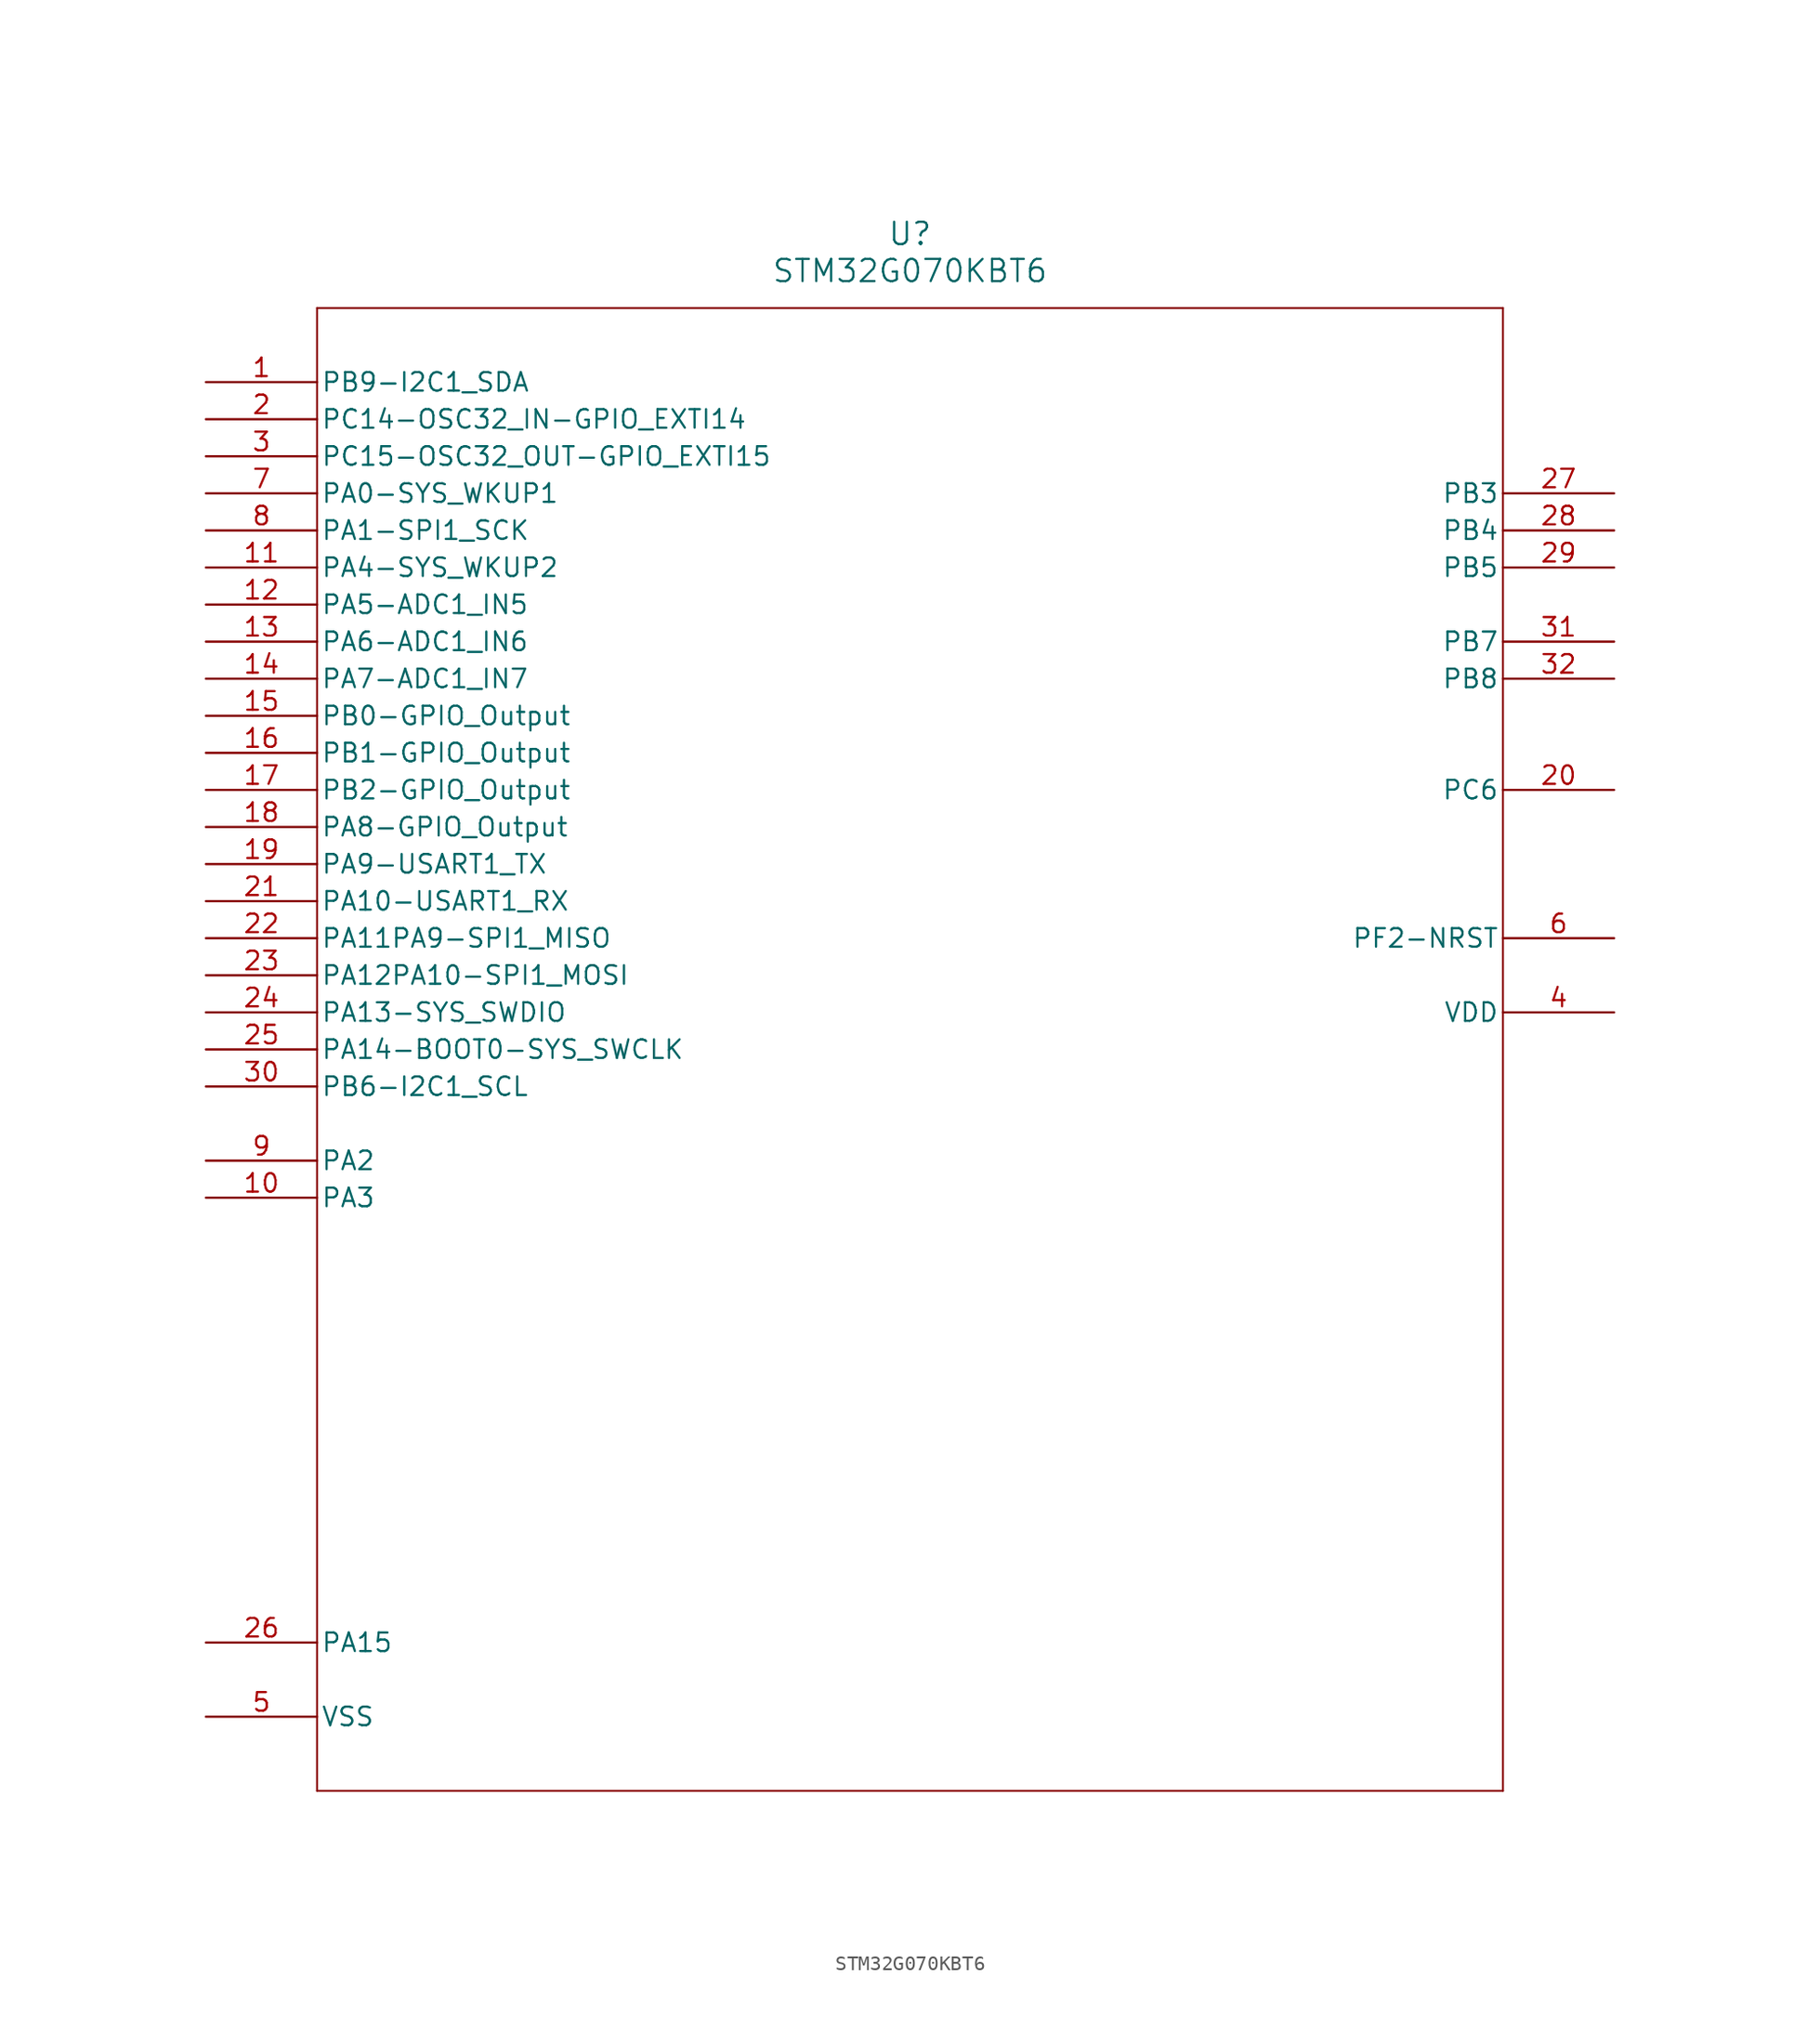
<source format=kicad_sym>
(kicad_symbol_lib
  (version 20211014)
  (generator kicad_symbol_editor)
  (symbol "STM32G070KBT6"
    (pin_names
      (offset 0.254))
    (property "Reference" "U"
      (at 48.26 10.16 0)
      (effects (font (size 1.524 1.524))))
    (property "Value" "STM32G070KBT6"
      (at 48.26 7.62 0)
      (effects (font (size 1.524 1.524))))
    (property "ki_locked" ""
      (at 0 0 0)
      (effects (font (size 1.27 1.27))))
    (symbol "STM32G070KBT6_0_1"
      (polyline (pts (xy 7.62 -96.52) (xy 88.9 -96.52)) (stroke (width 0.127) (type default) (color 0 0 0 0)) (fill (type none)))
      (polyline (pts (xy 7.62 5.08) (xy 7.62 -96.52)) (stroke (width 0.127) (type default) (color 0 0 0 0)) (fill (type none)))
      (polyline (pts (xy 88.9 -96.52) (xy 88.9 5.08)) (stroke (width 0.127) (type default) (color 0 0 0 0)) (fill (type none)))
      (polyline (pts (xy 88.9 5.08) (xy 7.62 5.08)) (stroke (width 0.127) (type default) (color 0 0 0 0)) (fill (type none)))
      (pin unspecified line (at 0 0 0) (length 7.62) (name "PB9-I2C1_SDA" (effects (font (size 1.27 1.27)))) (number "1" (effects (font (size 1.27 1.27)))))
      (pin bidirectional line (at 0 -55.88 0) (length 7.62) (name "PA3" (effects (font (size 1.27 1.27)))) (number "10" (effects (font (size 1.27 1.27)))))
      (pin unspecified line (at 0 -12.7 0) (length 7.62) (name "PA4-SYS_WKUP2" (effects (font (size 1.27 1.27)))) (number "11" (effects (font (size 1.27 1.27)))))
      (pin unspecified line (at 0 -15.24 0) (length 7.62) (name "PA5-ADC1_IN5" (effects (font (size 1.27 1.27)))) (number "12" (effects (font (size 1.27 1.27)))))
      (pin unspecified line (at 0 -17.78 0) (length 7.62) (name "PA6-ADC1_IN6" (effects (font (size 1.27 1.27)))) (number "13" (effects (font (size 1.27 1.27)))))
      (pin unspecified line (at 0 -20.32 0) (length 7.62) (name "PA7-ADC1_IN7" (effects (font (size 1.27 1.27)))) (number "14" (effects (font (size 1.27 1.27)))))
      (pin unspecified line (at 0 -22.86 0) (length 7.62) (name "PB0-GPIO_Output" (effects (font (size 1.27 1.27)))) (number "15" (effects (font (size 1.27 1.27)))))
      (pin unspecified line (at 0 -25.4 0) (length 7.62) (name "PB1-GPIO_Output" (effects (font (size 1.27 1.27)))) (number "16" (effects (font (size 1.27 1.27)))))
      (pin unspecified line (at 0 -27.94 0) (length 7.62) (name "PB2-GPIO_Output" (effects (font (size 1.27 1.27)))) (number "17" (effects (font (size 1.27 1.27)))))
      (pin unspecified line (at 0 -30.48 0) (length 7.62) (name "PA8-GPIO_Output" (effects (font (size 1.27 1.27)))) (number "18" (effects (font (size 1.27 1.27)))))
      (pin unspecified line (at 0 -33.02 0) (length 7.62) (name "PA9-USART1_TX" (effects (font (size 1.27 1.27)))) (number "19" (effects (font (size 1.27 1.27)))))
      (pin unspecified line (at 0 -2.54 0) (length 7.62) (name "PC14-OSC32_IN-GPIO_EXTI14" (effects (font (size 1.27 1.27)))) (number "2" (effects (font (size 1.27 1.27)))))
      (pin bidirectional line (at 96.52 -27.94 180) (length 7.62) (name "PC6" (effects (font (size 1.27 1.27)))) (number "20" (effects (font (size 1.27 1.27)))))
      (pin unspecified line (at 0 -35.56 0) (length 7.62) (name "PA10-USART1_RX" (effects (font (size 1.27 1.27)))) (number "21" (effects (font (size 1.27 1.27)))))
      (pin unspecified line (at 0 -38.1 0) (length 7.62) (name "PA11PA9-SPI1_MISO" (effects (font (size 1.27 1.27)))) (number "22" (effects (font (size 1.27 1.27)))))
      (pin unspecified line (at 0 -40.64 0) (length 7.62) (name "PA12PA10-SPI1_MOSI" (effects (font (size 1.27 1.27)))) (number "23" (effects (font (size 1.27 1.27)))))
      (pin unspecified line (at 0 -43.18 0) (length 7.62) (name "PA13-SYS_SWDIO" (effects (font (size 1.27 1.27)))) (number "24" (effects (font (size 1.27 1.27)))))
      (pin unspecified line (at 0 -45.72 0) (length 7.62) (name "PA14-BOOT0-SYS_SWCLK" (effects (font (size 1.27 1.27)))) (number "25" (effects (font (size 1.27 1.27)))))
      (pin bidirectional line (at 0 -86.36 0) (length 7.62) (name "PA15" (effects (font (size 1.27 1.27)))) (number "26" (effects (font (size 1.27 1.27)))))
      (pin bidirectional line (at 96.52 -7.62 180) (length 7.62) (name "PB3" (effects (font (size 1.27 1.27)))) (number "27" (effects (font (size 1.27 1.27)))))
      (pin bidirectional line (at 96.52 -10.16 180) (length 7.62) (name "PB4" (effects (font (size 1.27 1.27)))) (number "28" (effects (font (size 1.27 1.27)))))
      (pin bidirectional line (at 96.52 -12.7 180) (length 7.62) (name "PB5" (effects (font (size 1.27 1.27)))) (number "29" (effects (font (size 1.27 1.27)))))
      (pin unspecified line (at 0 -5.08 0) (length 7.62) (name "PC15-OSC32_OUT-GPIO_EXTI15" (effects (font (size 1.27 1.27)))) (number "3" (effects (font (size 1.27 1.27)))))
      (pin unspecified line (at 0 -48.26 0) (length 7.62) (name "PB6-I2C1_SCL" (effects (font (size 1.27 1.27)))) (number "30" (effects (font (size 1.27 1.27)))))
      (pin bidirectional line (at 96.52 -17.78 180) (length 7.62) (name "PB7" (effects (font (size 1.27 1.27)))) (number "31" (effects (font (size 1.27 1.27)))))
      (pin bidirectional line (at 96.52 -20.32 180) (length 7.62) (name "PB8" (effects (font (size 1.27 1.27)))) (number "32" (effects (font (size 1.27 1.27)))))
      (pin power_in line (at 96.52 -43.18 180) (length 7.62) (name "VDD" (effects (font (size 1.27 1.27)))) (number "4" (effects (font (size 1.27 1.27)))))
      (pin power_in line (at 0 -91.44 0) (length 7.62) (name "VSS" (effects (font (size 1.27 1.27)))) (number "5" (effects (font (size 1.27 1.27)))))
      (pin bidirectional line (at 96.52 -38.1 180) (length 7.62) (name "PF2-NRST" (effects (font (size 1.27 1.27)))) (number "6" (effects (font (size 1.27 1.27)))))
      (pin unspecified line (at 0 -7.62 0) (length 7.62) (name "PA0-SYS_WKUP1" (effects (font (size 1.27 1.27)))) (number "7" (effects (font (size 1.27 1.27)))))
      (pin unspecified line (at 0 -10.16 0) (length 7.62) (name "PA1-SPI1_SCK" (effects (font (size 1.27 1.27)))) (number "8" (effects (font (size 1.27 1.27)))))
      (pin bidirectional line (at 0 -53.34 0) (length 7.62) (name "PA2" (effects (font (size 1.27 1.27)))) (number "9" (effects (font (size 1.27 1.27))))))))
</source>
